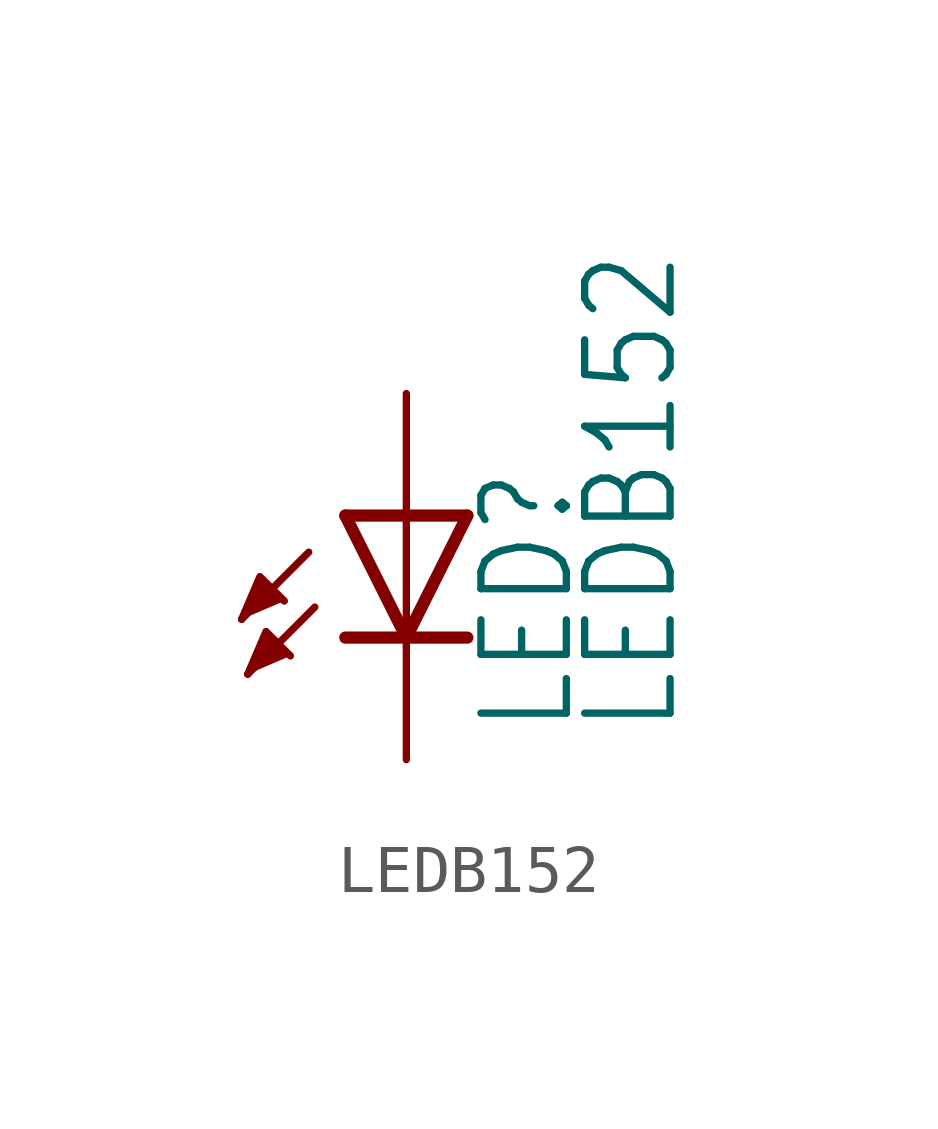
<source format=kicad_sym>
(kicad_symbol_lib
  (version 20211014)
  (generator kicad_symbol_editor)
  (symbol "LEDB152"
    (property "Reference" "LED"
      (at 3.556 -4.572 90)
      (effects (font (size 1.778 1.511)) (justify left bottom)))
    (property "Value" "LEDB152"
      (at 5.715 -4.572 90)
      (effects (font (size 1.778 1.511)) (justify left bottom)))
    (property "ki_locked" ""
      (at 0 0 0)
      (effects (font (size 1.27 1.27))))
    (symbol "LEDB152_1_0"
      (polyline (pts (xy -2.032 -0.762) (xy -3.429 -2.159)) (stroke (width 0.152) (type default) (color 0 0 0 0)) (fill (type none)))
      (polyline (pts (xy -1.905 -1.905) (xy -3.302 -3.302)) (stroke (width 0.152) (type default) (color 0 0 0 0)) (fill (type none)))
      (polyline (pts (xy 0 -2.54) (xy -1.27 -2.54)) (stroke (width 0.254) (type default) (color 0 0 0 0)) (fill (type none)))
      (polyline (pts (xy 0 -2.54) (xy -1.27 0)) (stroke (width 0.254) (type default) (color 0 0 0 0)) (fill (type none)))
      (polyline (pts (xy 0 0) (xy -1.27 0)) (stroke (width 0.254) (type default) (color 0 0 0 0)) (fill (type none)))
      (polyline (pts (xy 0 0) (xy 0 -2.54)) (stroke (width 0.152) (type default) (color 0 0 0 0)) (fill (type none)))
      (polyline (pts (xy 1.27 -2.54) (xy 0 -2.54)) (stroke (width 0.254) (type default) (color 0 0 0 0)) (fill (type none)))
      (polyline (pts (xy 1.27 0) (xy 0 -2.54)) (stroke (width 0.254) (type default) (color 0 0 0 0)) (fill (type none)))
      (polyline (pts (xy 1.27 0) (xy 0 0)) (stroke (width 0.254) (type default) (color 0 0 0 0)) (fill (type none)))
      (polyline (pts (xy -3.429 -2.159) (xy -3.048 -1.27) (xy -2.54 -1.778)) (stroke (width 0) (type default) (color 0 0 0 0)) (fill (type outline)))
      (polyline (pts (xy -3.302 -3.302) (xy -2.921 -2.413) (xy -2.413 -2.921)) (stroke (width 0) (type default) (color 0 0 0 0)) (fill (type outline)))
      (pin passive line (at 0 2.54 270) (length 2.54) (name "A" (effects (font (size 0 0)))) (number "A" (effects (font (size 0 0)))))
      (pin passive line (at 0 -5.08 90) (length 2.54) (name "C" (effects (font (size 0 0)))) (number "K" (effects (font (size 0 0))))))))
</source>
